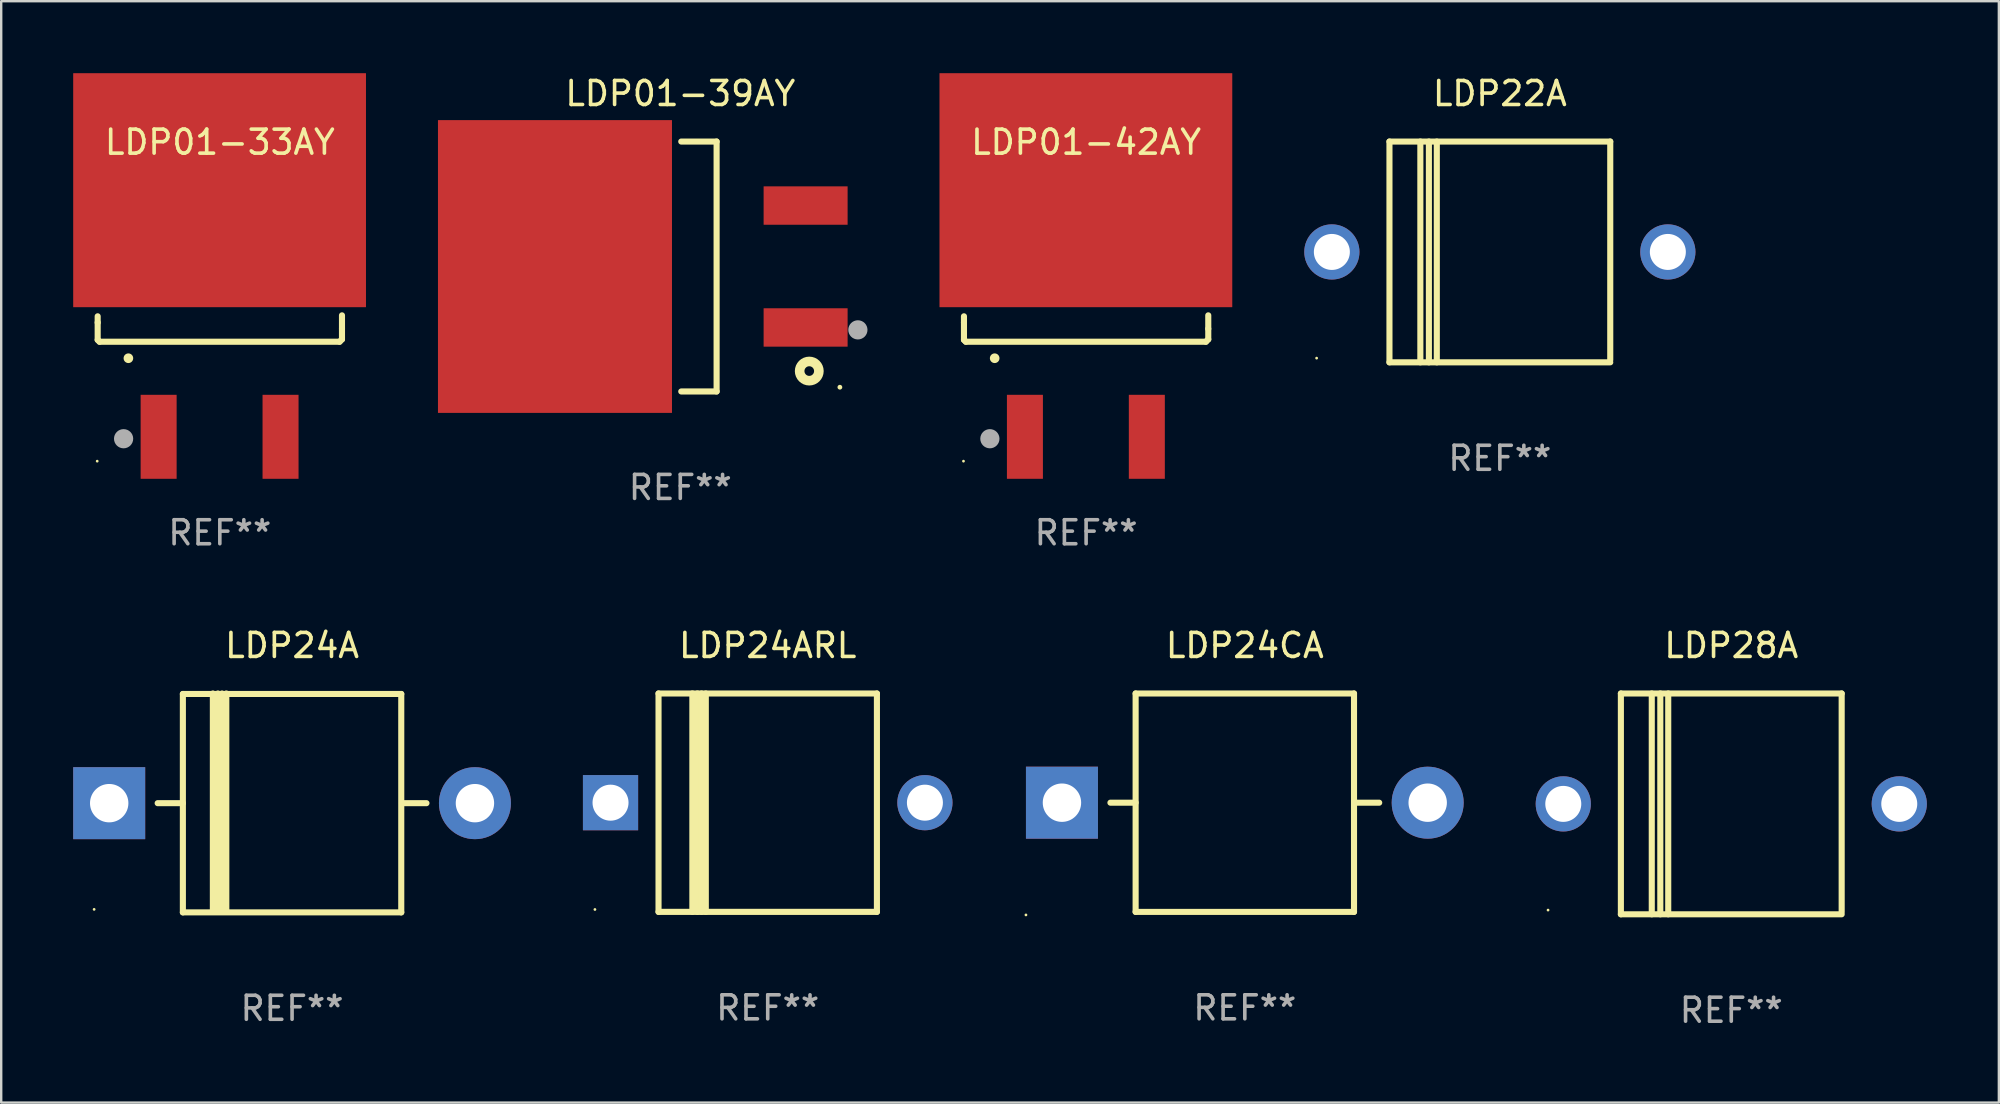
<source format=kicad_pcb>
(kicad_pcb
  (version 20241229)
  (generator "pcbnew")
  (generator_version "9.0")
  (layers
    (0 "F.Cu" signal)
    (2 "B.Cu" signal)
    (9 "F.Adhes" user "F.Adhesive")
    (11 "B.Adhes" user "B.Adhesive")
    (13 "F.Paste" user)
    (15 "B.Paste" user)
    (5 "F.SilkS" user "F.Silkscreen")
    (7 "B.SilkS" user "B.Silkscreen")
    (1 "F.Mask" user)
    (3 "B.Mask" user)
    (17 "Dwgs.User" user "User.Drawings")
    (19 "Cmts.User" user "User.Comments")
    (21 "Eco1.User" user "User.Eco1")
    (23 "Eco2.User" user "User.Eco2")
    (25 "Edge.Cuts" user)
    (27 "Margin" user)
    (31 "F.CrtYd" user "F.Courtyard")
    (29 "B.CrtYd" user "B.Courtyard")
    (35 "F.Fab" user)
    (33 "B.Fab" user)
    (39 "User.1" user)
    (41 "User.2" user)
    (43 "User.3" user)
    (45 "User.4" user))
  (footprint "LDP22A"
    (layer "F.Cu")
    (at 59.447 7.448)
    (property "Reference" "LDP22A" (at 0 -6.6 0) (layer "F.SilkS") (effects (font (size 1 1) (thickness 0.15))))
    (attr through_hole)
    (fp_line (start -4.6 -4.6) (end -4.6 4.6) (stroke (width 0.254) (type solid)) (layer "F.SilkS"))
    (fp_line (start -4.6 -4.6) (end 4.6 -4.6) (stroke (width 0.254) (type solid)) (layer "F.SilkS"))
    (fp_line (start -4.6 4.6) (end 4.6 4.6) (stroke (width 0.254) (type solid)) (layer "F.SilkS"))
    (fp_line (start -3.313 -4.6) (end -3.313 4.6) (stroke (width 0.254) (type solid)) (layer "F.SilkS"))
    (fp_line (start -2.957 -4.6) (end -2.957 4.6) (stroke (width 0.254) (type solid)) (layer "F.SilkS"))
    (fp_line (start -2.627 -4.6) (end -2.627 4.6) (stroke (width 0.254) (type solid)) (layer "F.SilkS"))
    (fp_line (start 4.6 -4.6) (end 4.6 4.5) (stroke (width 0.254) (type solid)) (layer "F.SilkS"))
    (fp_circle (center -7.635 4.425) (end -7.605 4.425) (stroke (width 0.06) (type solid)) (fill no) (layer "F.SilkS"))
    (fp_text user "REF**" (at 0 8.6 0) (layer "F.Fab") (effects (font (size 1 1) (thickness 0.15))))
    (pad "1" thru_hole circle (at -7 0) (size 2.3 2.3) (drill 1.5) (layers "*.Cu" "*.Mask"))
    (pad "2" thru_hole circle (at 7 0) (size 2.3 2.3) (drill 1.5) (layers "*.Cu" "*.Mask")))
  (footprint "LDP24ARL"
    (layer "F.Cu")
    (at 28.94 30.397)
    (property "Reference" "LDP24ARL" (at 0 -6.551 0) (layer "F.SilkS") (effects (font (size 1 1) (thickness 0.15))))
    (attr through_hole)
    (fp_line (start -4.55 -4.55) (end -4.55 4.55) (stroke (width 0.254) (type solid)) (layer "F.SilkS"))
    (fp_line (start -4.55 -4.55) (end 4.55 -4.55) (stroke (width 0.254) (type solid)) (layer "F.SilkS"))
    (fp_line (start -3.14 4.55) (end -3.14 -4.551) (stroke (width 0.254) (type solid)) (layer "F.SilkS"))
    (fp_line (start -2.93 4.55) (end -2.93 -4.551) (stroke (width 0.254) (type solid)) (layer "F.SilkS"))
    (fp_line (start -2.759 4.551) (end -2.759 -4.55) (stroke (width 0.254) (type solid)) (layer "F.SilkS"))
    (fp_line (start -2.58 4.55) (end -2.58 -4.551) (stroke (width 0.254) (type solid)) (layer "F.SilkS"))
    (fp_line (start 4.55 4.55) (end 4.55 -4.55) (stroke (width 0.254) (type solid)) (layer "F.SilkS"))
    (fp_line (start 4.55 4.549) (end -4.55 4.549) (stroke (width 0.254) (type solid)) (layer "F.SilkS"))
    (fp_circle (center -7.2 4.45) (end -7.17 4.45) (stroke (width 0.06) (type solid)) (fill no) (layer "F.SilkS"))
    (fp_text user "REF**" (at 0 8.551 0) (layer "F.Fab") (effects (font (size 1 1) (thickness 0.15))))
    (pad "1" thru_hole rect (at -6.55 -0.000483 180) (size 2.3 2.3) (drill 1.5) (layers "*.Cu" "*.Mask"))
    (pad "2" thru_hole circle (at 6.55 -0.000483) (size 2.3 2.3) (drill 1.5) (layers "*.Cu" "*.Mask")))
  (footprint "LDP28A"
    (layer "F.Cu")
    (at 69.09 30.447)
    (property "Reference" "LDP28A" (at 0 -6.6 0) (layer "F.SilkS") (effects (font (size 1 1) (thickness 0.15))))
    (attr through_hole)
    (fp_line (start -4.6 -4.6) (end -4.6 4.6) (stroke (width 0.254) (type solid)) (layer "F.SilkS"))
    (fp_line (start -4.6 -4.6) (end 4.6 -4.6) (stroke (width 0.254) (type solid)) (layer "F.SilkS"))
    (fp_line (start -4.6 4.6) (end 4.6 4.6) (stroke (width 0.254) (type solid)) (layer "F.SilkS"))
    (fp_line (start -3.313 -4.6) (end -3.313 4.6) (stroke (width 0.254) (type solid)) (layer "F.SilkS"))
    (fp_line (start -2.957 -4.6) (end -2.957 4.6) (stroke (width 0.254) (type solid)) (layer "F.SilkS"))
    (fp_line (start -2.627 -4.6) (end -2.627 4.6) (stroke (width 0.254) (type solid)) (layer "F.SilkS"))
    (fp_line (start 4.6 -4.6) (end 4.6 4.5) (stroke (width 0.254) (type solid)) (layer "F.SilkS"))
    (fp_circle (center -7.635 4.425) (end -7.605 4.425) (stroke (width 0.06) (type solid)) (fill no) (layer "F.SilkS"))
    (fp_text user "REF**" (at 0 8.6 0) (layer "F.Fab") (effects (font (size 1 1) (thickness 0.15))))
    (pad "1" thru_hole circle (at -7 0) (size 2.3 2.3) (drill 1.5) (layers "*.Cu" "*.Mask"))
    (pad "2" thru_hole circle (at 7 0) (size 2.3 2.3) (drill 1.5) (layers "*.Cu" "*.Mask")))
  (footprint "LDP01-39AY"
    (layer "F.Cu")
    (at 25.297 8.055)
    (property "Reference" "LDP01-39AY" (at 0 -7.207 0) (layer "F.SilkS") (effects (font (size 1 1) (thickness 0.15))))
    (attr through_hole)
    (fp_line (start 0.04 5.207) (end 1.513 5.207) (stroke (width 0.254) (type solid)) (layer "F.SilkS"))
    (fp_line (start 1.513 -5.207) (end 0.04 -5.207) (stroke (width 0.254) (type solid)) (layer "F.SilkS"))
    (fp_line (start 1.513 5.207) (end 1.513 -5.207) (stroke (width 0.254) (type solid)) (layer "F.SilkS"))
    (fp_circle (center 5.374 4.357) (end 5.775 4.357) (stroke (width 0.4) (type solid)) (fill no) (layer "F.SilkS"))
    (fp_circle (center 6.65 5.03) (end 6.7 5.03) (stroke (width 0.1) (type solid)) (fill no) (layer "F.SilkS"))
    (fp_circle (center 7.4 2.64) (end 7.6 2.64) (stroke (width 0.4) (type solid)) (fill no) (layer "F.Fab"))
    (fp_text user "REF**" (at 0 9.207 0) (layer "F.Fab") (effects (font (size 1 1) (thickness 0.15))))
    (pad "1" smd rect (at 5.222 2.54 90) (size 1.6 3.5) (layers "F.Cu" "F.Mask" "F.Paste"))
    (pad "2" smd rect (at 5.222 -2.54 90) (size 1.6 3.5) (layers "F.Cu" "F.Mask" "F.Paste"))
    (pad "3" smd rect (at -5.222 -0.000102 90) (size 12.2 9.751) (layers "F.Cu" "F.Mask" "F.Paste")))
  (footprint "LDP01-42AY"
    (layer "F.Cu")
    (at 42.207 10.013)
    (property "Reference" "LDP01-42AY" (at 0 -7.138 0) (layer "F.SilkS") (effects (font (size 1 1) (thickness 0.15))))
    (attr through_hole)
    (fp_line (start -5.09 0.377) (end -5.09 0.117) (stroke (width 0.254) (type solid)) (layer "F.SilkS"))
    (fp_line (start -5.09 1.099) (end -5.09 0.377) (stroke (width 0.254) (type solid)) (layer "F.SilkS"))
    (fp_line (start -5.012 1.177) (end -5.09 1.099) (stroke (width 0.254) (type solid)) (layer "F.SilkS"))
    (fp_line (start 4.991 1.177) (end -5.012 1.177) (stroke (width 0.254) (type solid)) (layer "F.SilkS"))
    (fp_line (start 4.991 1.177) (end 5.09 1.078) (stroke (width 0.254) (type solid)) (layer "F.SilkS"))
    (fp_line (start 5.09 0.637) (end 5.09 0.077) (stroke (width 0.254) (type solid)) (layer "F.SilkS"))
    (fp_line (start 5.09 1.078) (end 5.09 0.637) (stroke (width 0.254) (type solid)) (layer "F.SilkS"))
    (fp_arc (start -3.810097 1.865253) (mid -3.810101 1.863983) (end -3.810097 1.862713) (stroke (width 0.4) (type solid)) (layer "F.SilkS"))
    (fp_circle (center -5.11 6.153) (end -5.08 6.153) (stroke (width 0.06) (type solid)) (fill no) (layer "F.SilkS"))
    (fp_circle (center -4.01 5.218) (end -3.81 5.218) (stroke (width 0.4) (type solid)) (fill no) (layer "F.Fab"))
    (fp_text user "REF**" (at 0 9.138 0) (layer "F.Fab") (effects (font (size 1 1) (thickness 0.15))))
    (pad "1" smd rect (at -2.55 5.138 180) (size 1.5 3.5) (layers "F.Cu" "F.Mask" "F.Paste"))
    (pad "3" smd rect (at 2.53 5.138 180) (size 1.5 3.5) (layers "F.Cu" "F.Mask" "F.Paste"))
    (pad "4" smd rect (at -0.01 -5.138 180) (size 12.2 9.75) (layers "F.Cu" "F.Mask" "F.Paste")))
  (footprint "LDP24A"
    (layer "F.Cu")
    (at 9.12 30.407)
    (property "Reference" "LDP24A" (at 0 -6.56 0) (layer "F.SilkS") (effects (font (size 1 1) (thickness 0.15))))
    (attr through_hole)
    (fp_line (start -5.6 0.01) (end -4.55 0.01) (stroke (width 0.254) (type solid)) (layer "F.SilkS"))
    (fp_line (start -4.55 -4.54) (end -4.55 4.56) (stroke (width 0.254) (type solid)) (layer "F.SilkS"))
    (fp_line (start -4.55 -4.54) (end 4.55 -4.54) (stroke (width 0.254) (type solid)) (layer "F.SilkS"))
    (fp_line (start -3.3 4.54) (end -3.3 -4.56) (stroke (width 0.254) (type solid)) (layer "F.SilkS"))
    (fp_line (start -3.09 4.54) (end -3.09 -4.56) (stroke (width 0.254) (type solid)) (layer "F.SilkS"))
    (fp_line (start -2.919 4.541) (end -2.919 -4.559) (stroke (width 0.254) (type solid)) (layer "F.SilkS"))
    (fp_line (start -2.74 4.54) (end -2.74 -4.56) (stroke (width 0.254) (type solid)) (layer "F.SilkS"))
    (fp_line (start 4.55 4.56) (end 4.55 -4.54) (stroke (width 0.254) (type solid)) (layer "F.SilkS"))
    (fp_line (start 4.55 4.56) (end -4.55 4.56) (stroke (width 0.254) (type solid)) (layer "F.SilkS"))
    (fp_line (start 4.58 0.01) (end 5.6 0.01) (stroke (width 0.254) (type solid)) (layer "F.SilkS"))
    (fp_circle (center -8.248 4.435) (end -8.218 4.435) (stroke (width 0.06) (type solid)) (fill no) (layer "F.SilkS"))
    (fp_text user "REF**" (at 0 8.56 0) (layer "F.Fab") (effects (font (size 1 1) (thickness 0.15))))
    (pad "1" thru_hole rect (at -7.62 0.01 180) (size 3 3) (drill 1.6) (layers "*.Cu" "*.Mask"))
    (pad "2" thru_hole circle (at 7.62 0.01) (size 3 3) (drill 1.6) (layers "*.Cu" "*.Mask")))
  (footprint "LDP24CA"
    (layer "F.Cu")
    (at 48.82 30.397)
    (property "Reference" "LDP24CA" (at 0 -6.55 0) (layer "F.SilkS") (effects (font (size 1 1) (thickness 0.15))))
    (attr through_hole)
    (fp_line (start -5.6 -0.000127) (end -4.55 -0.000127) (stroke (width 0.254) (type solid)) (layer "F.SilkS"))
    (fp_line (start -4.55 -4.55) (end -4.55 4.55) (stroke (width 0.254) (type solid)) (layer "F.SilkS"))
    (fp_line (start -4.55 -4.55) (end 4.55 -4.55) (stroke (width 0.254) (type solid)) (layer "F.SilkS"))
    (fp_line (start 4.55 4.55) (end 4.55 -4.55) (stroke (width 0.254) (type solid)) (layer "F.SilkS"))
    (fp_line (start 4.55 4.55) (end -4.55 4.55) (stroke (width 0.254) (type solid)) (layer "F.SilkS"))
    (fp_line (start 4.58 -0.000127) (end 5.6 -0.000127) (stroke (width 0.254) (type solid)) (layer "F.SilkS"))
    (fp_circle (center -9.12 4.677) (end -9.09 4.677) (stroke (width 0.06) (type solid)) (fill no) (layer "F.SilkS"))
    (fp_text user "REF**" (at 0 8.55 0) (layer "F.Fab") (effects (font (size 1 1) (thickness 0.15))))
    (pad "1" thru_hole rect (at -7.62 -0.000127 180) (size 3 3) (drill 1.6) (layers "*.Cu" "*.Mask"))
    (pad "2" thru_hole circle (at 7.62 -0.000127) (size 3 3) (drill 1.6) (layers "*.Cu" "*.Mask")))
  (footprint "LDP01-33AY"
    (layer "F.Cu")
    (at 6.11 10.013)
    (property "Reference" "LDP01-33AY" (at 0 -7.138 0) (layer "F.SilkS") (effects (font (size 1 1) (thickness 0.15))))
    (attr through_hole)
    (fp_line (start -5.09 0.377) (end -5.09 0.117) (stroke (width 0.254) (type solid)) (layer "F.SilkS"))
    (fp_line (start -5.09 1.099) (end -5.09 0.377) (stroke (width 0.254) (type solid)) (layer "F.SilkS"))
    (fp_line (start -5.012 1.177) (end -5.09 1.099) (stroke (width 0.254) (type solid)) (layer "F.SilkS"))
    (fp_line (start 4.991 1.177) (end -5.012 1.177) (stroke (width 0.254) (type solid)) (layer "F.SilkS"))
    (fp_line (start 4.991 1.177) (end 5.09 1.078) (stroke (width 0.254) (type solid)) (layer "F.SilkS"))
    (fp_line (start 5.09 0.637) (end 5.09 0.077) (stroke (width 0.254) (type solid)) (layer "F.SilkS"))
    (fp_line (start 5.09 1.078) (end 5.09 0.637) (stroke (width 0.254) (type solid)) (layer "F.SilkS"))
    (fp_arc (start -3.810097 1.865253) (mid -3.810101 1.863983) (end -3.810097 1.862713) (stroke (width 0.4) (type solid)) (layer "F.SilkS"))
    (fp_circle (center -5.11 6.153) (end -5.08 6.153) (stroke (width 0.06) (type solid)) (fill no) (layer "F.SilkS"))
    (fp_circle (center -4.01 5.218) (end -3.81 5.218) (stroke (width 0.4) (type solid)) (fill no) (layer "F.Fab"))
    (fp_text user "REF**" (at 0 9.138 0) (layer "F.Fab") (effects (font (size 1 1) (thickness 0.15))))
    (pad "1" smd rect (at -2.55 5.138 180) (size 1.5 3.5) (layers "F.Cu" "F.Mask" "F.Paste"))
    (pad "3" smd rect (at 2.53 5.138 180) (size 1.5 3.5) (layers "F.Cu" "F.Mask" "F.Paste"))
    (pad "4" smd rect (at -0.01 -5.138 180) (size 12.2 9.75) (layers "F.Cu" "F.Mask" "F.Paste")))
  (gr_rect
    (start -3 -3)
    (end 80.24 42.895)
    (stroke (width 0.1) (type default))
    (fill no)
    (layer "Edge.Cuts")))
</source>
